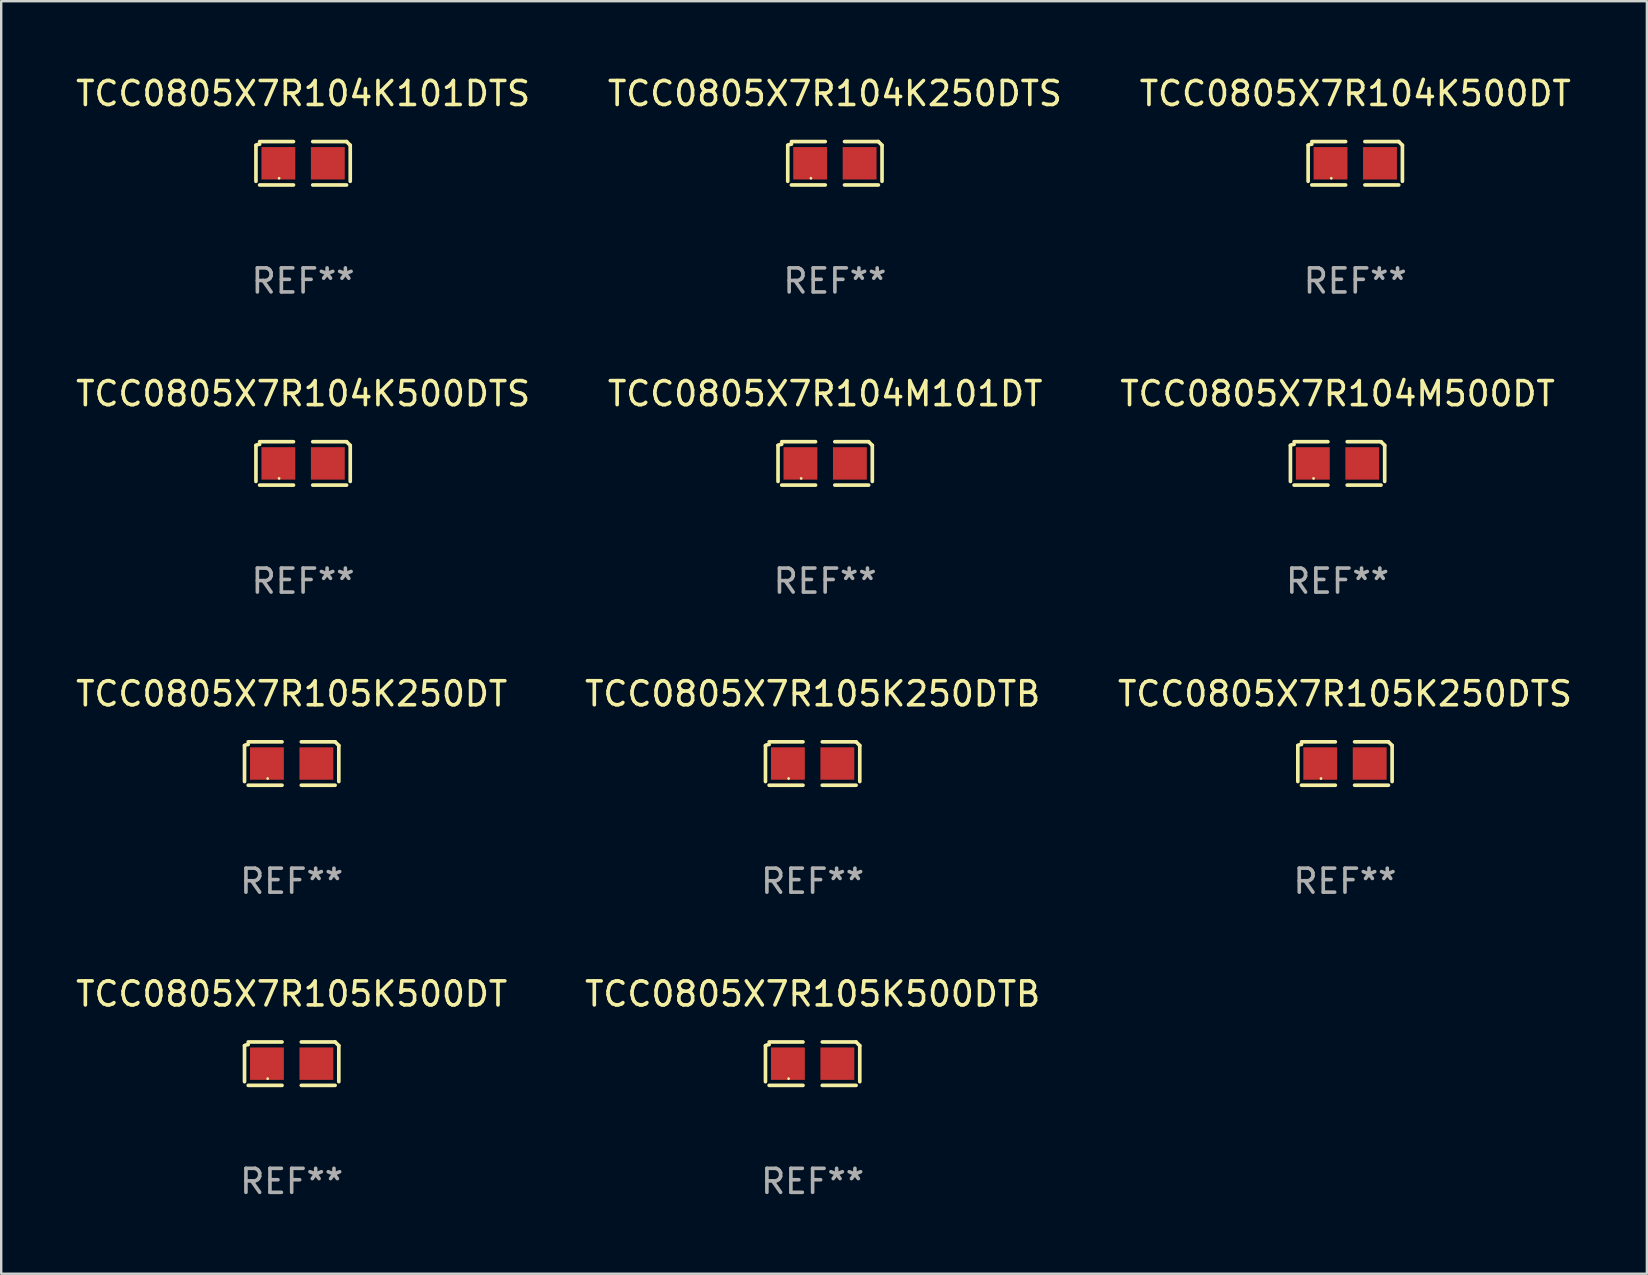
<source format=kicad_pcb>
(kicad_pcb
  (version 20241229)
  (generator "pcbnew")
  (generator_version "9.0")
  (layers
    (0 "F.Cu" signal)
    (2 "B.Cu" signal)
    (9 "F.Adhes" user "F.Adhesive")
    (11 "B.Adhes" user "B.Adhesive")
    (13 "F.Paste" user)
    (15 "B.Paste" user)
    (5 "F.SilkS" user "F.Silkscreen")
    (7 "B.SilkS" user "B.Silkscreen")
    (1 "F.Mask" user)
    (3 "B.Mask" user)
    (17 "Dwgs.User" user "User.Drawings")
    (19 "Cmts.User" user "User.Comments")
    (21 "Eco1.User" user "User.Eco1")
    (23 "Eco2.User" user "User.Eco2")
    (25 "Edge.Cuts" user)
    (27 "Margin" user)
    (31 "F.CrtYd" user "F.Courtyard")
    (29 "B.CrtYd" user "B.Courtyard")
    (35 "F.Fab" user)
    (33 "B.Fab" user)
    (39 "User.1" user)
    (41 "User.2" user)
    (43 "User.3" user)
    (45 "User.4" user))
  (footprint "TCC0805X7R105K250DTS"
    (layer "F.Cu")
    (at 52.982 28.759)
    (property "Reference" "TCC0805X7R105K250DTS" (at 0 -2.904 0) (layer "F.SilkS") (effects (font (size 1 1) (thickness 0.15))))
    (attr through_hole)
    (fp_line (start -1.964 0.751) (end -1.964 -0.751) (stroke (width 0.152) (type solid)) (layer "F.SilkS"))
    (fp_line (start -1.811 -0.904) (end -0.401 -0.904) (stroke (width 0.152) (type solid)) (layer "F.SilkS"))
    (fp_line (start -0.401 0.904) (end -1.811 0.904) (stroke (width 0.152) (type solid)) (layer "F.SilkS"))
    (fp_line (start 0.401 0.904) (end 1.811 0.904) (stroke (width 0.152) (type solid)) (layer "F.SilkS"))
    (fp_line (start 1.811 -0.904) (end 0.401 -0.904) (stroke (width 0.152) (type solid)) (layer "F.SilkS"))
    (fp_line (start 1.964 0.751) (end 1.964 -0.751) (stroke (width 0.152) (type solid)) (layer "F.SilkS"))
    (fp_arc (start -1.963602 -0.751207) (mid -1.890354 -0.783131) (end -1.811201 -0.794044) (stroke (width 0.1524) (type solid)) (layer "F.SilkS"))
    (fp_arc (start 1.811202 -0.903607) (mid 1.887413 -0.827418) (end 1.963602 -0.751207) (stroke (width 0.1524) (type solid)) (layer "F.SilkS"))
    (fp_circle (center -1 0.625) (end -0.97 0.625) (stroke (width 0.06) (type solid)) (fill no) (layer "F.SilkS"))
    (fp_text user "REF**" (at 0 4.904 0) (layer "F.Fab") (effects (font (size 1 1) (thickness 0.15))))
    (pad "1" smd rect (at -1.03 0) (size 1.41 1.35) (layers "F.Cu" "F.Mask" "F.Paste"))
    (pad "2" smd rect (at 1.03 0) (size 1.41 1.35) (layers "F.Cu" "F.Mask" "F.Paste")))
  (footprint "TCC0805X7R105K250DT"
    (layer "F.Cu")
    (at 9.101 28.759)
    (property "Reference" "TCC0805X7R105K250DT" (at 0 -2.904 0) (layer "F.SilkS") (effects (font (size 1 1) (thickness 0.15))))
    (attr through_hole)
    (fp_line (start -1.964 0.751) (end -1.964 -0.751) (stroke (width 0.152) (type solid)) (layer "F.SilkS"))
    (fp_line (start -1.811 -0.904) (end -0.401 -0.904) (stroke (width 0.152) (type solid)) (layer "F.SilkS"))
    (fp_line (start -0.401 0.904) (end -1.811 0.904) (stroke (width 0.152) (type solid)) (layer "F.SilkS"))
    (fp_line (start 0.401 0.904) (end 1.811 0.904) (stroke (width 0.152) (type solid)) (layer "F.SilkS"))
    (fp_line (start 1.811 -0.904) (end 0.401 -0.904) (stroke (width 0.152) (type solid)) (layer "F.SilkS"))
    (fp_line (start 1.964 0.751) (end 1.964 -0.751) (stroke (width 0.152) (type solid)) (layer "F.SilkS"))
    (fp_arc (start -1.963602 -0.751207) (mid -1.890354 -0.783131) (end -1.811201 -0.794044) (stroke (width 0.1524) (type solid)) (layer "F.SilkS"))
    (fp_arc (start 1.811202 -0.903607) (mid 1.887413 -0.827418) (end 1.963602 -0.751207) (stroke (width 0.1524) (type solid)) (layer "F.SilkS"))
    (fp_circle (center -1 0.625) (end -0.97 0.625) (stroke (width 0.06) (type solid)) (fill no) (layer "F.SilkS"))
    (fp_text user "REF**" (at 0 4.904 0) (layer "F.Fab") (effects (font (size 1 1) (thickness 0.15))))
    (pad "1" smd rect (at -1.03 0) (size 1.41 1.35) (layers "F.Cu" "F.Mask" "F.Paste"))
    (pad "2" smd rect (at 1.03 0) (size 1.41 1.35) (layers "F.Cu" "F.Mask" "F.Paste")))
  (footprint "TCC0805X7R104K250DTS"
    (layer "F.Cu")
    (at 31.732 3.752)
    (property "Reference" "TCC0805X7R104K250DTS" (at 0 -2.904 0) (layer "F.SilkS") (effects (font (size 1 1) (thickness 0.15))))
    (attr through_hole)
    (fp_line (start -1.964 0.751) (end -1.964 -0.751) (stroke (width 0.152) (type solid)) (layer "F.SilkS"))
    (fp_line (start -1.811 -0.904) (end -0.401 -0.904) (stroke (width 0.152) (type solid)) (layer "F.SilkS"))
    (fp_line (start -0.401 0.904) (end -1.811 0.904) (stroke (width 0.152) (type solid)) (layer "F.SilkS"))
    (fp_line (start 0.401 0.904) (end 1.811 0.904) (stroke (width 0.152) (type solid)) (layer "F.SilkS"))
    (fp_line (start 1.811 -0.904) (end 0.401 -0.904) (stroke (width 0.152) (type solid)) (layer "F.SilkS"))
    (fp_line (start 1.964 0.751) (end 1.964 -0.751) (stroke (width 0.152) (type solid)) (layer "F.SilkS"))
    (fp_arc (start -1.963602 -0.751207) (mid -1.890354 -0.783131) (end -1.811201 -0.794044) (stroke (width 0.1524) (type solid)) (layer "F.SilkS"))
    (fp_arc (start 1.811202 -0.903607) (mid 1.887413 -0.827418) (end 1.963602 -0.751207) (stroke (width 0.1524) (type solid)) (layer "F.SilkS"))
    (fp_circle (center -1 0.625) (end -0.97 0.625) (stroke (width 0.06) (type solid)) (fill no) (layer "F.SilkS"))
    (fp_text user "REF**" (at 0 4.904 0) (layer "F.Fab") (effects (font (size 1 1) (thickness 0.15))))
    (pad "1" smd rect (at -1.03 0) (size 1.41 1.35) (layers "F.Cu" "F.Mask" "F.Paste"))
    (pad "2" smd rect (at 1.03 0) (size 1.41 1.35) (layers "F.Cu" "F.Mask" "F.Paste")))
  (footprint "TCC0805X7R104M101DT"
    (layer "F.Cu")
    (at 31.327 16.256)
    (property "Reference" "TCC0805X7R104M101DT" (at 0 -2.904 0) (layer "F.SilkS") (effects (font (size 1 1) (thickness 0.15))))
    (attr through_hole)
    (fp_line (start -1.964 0.751) (end -1.964 -0.751) (stroke (width 0.152) (type solid)) (layer "F.SilkS"))
    (fp_line (start -1.811 -0.904) (end -0.401 -0.904) (stroke (width 0.152) (type solid)) (layer "F.SilkS"))
    (fp_line (start -0.401 0.904) (end -1.811 0.904) (stroke (width 0.152) (type solid)) (layer "F.SilkS"))
    (fp_line (start 0.401 0.904) (end 1.811 0.904) (stroke (width 0.152) (type solid)) (layer "F.SilkS"))
    (fp_line (start 1.811 -0.904) (end 0.401 -0.904) (stroke (width 0.152) (type solid)) (layer "F.SilkS"))
    (fp_line (start 1.964 0.751) (end 1.964 -0.751) (stroke (width 0.152) (type solid)) (layer "F.SilkS"))
    (fp_arc (start -1.963602 -0.751207) (mid -1.890354 -0.783131) (end -1.811201 -0.794044) (stroke (width 0.1524) (type solid)) (layer "F.SilkS"))
    (fp_arc (start 1.811202 -0.903607) (mid 1.887413 -0.827418) (end 1.963602 -0.751207) (stroke (width 0.1524) (type solid)) (layer "F.SilkS"))
    (fp_circle (center -1 0.625) (end -0.97 0.625) (stroke (width 0.06) (type solid)) (fill no) (layer "F.SilkS"))
    (fp_text user "REF**" (at 0 4.904 0) (layer "F.Fab") (effects (font (size 1 1) (thickness 0.15))))
    (pad "1" smd rect (at -1.03 0) (size 1.41 1.35) (layers "F.Cu" "F.Mask" "F.Paste"))
    (pad "2" smd rect (at 1.03 0) (size 1.41 1.35) (layers "F.Cu" "F.Mask" "F.Paste")))
  (footprint "TCC0805X7R105K500DTB"
    (layer "F.Cu")
    (at 30.804 41.263)
    (property "Reference" "TCC0805X7R105K500DTB" (at 0 -2.904 0) (layer "F.SilkS") (effects (font (size 1 1) (thickness 0.15))))
    (attr through_hole)
    (fp_line (start -1.964 0.751) (end -1.964 -0.751) (stroke (width 0.152) (type solid)) (layer "F.SilkS"))
    (fp_line (start -1.811 -0.904) (end -0.401 -0.904) (stroke (width 0.152) (type solid)) (layer "F.SilkS"))
    (fp_line (start -0.401 0.904) (end -1.811 0.904) (stroke (width 0.152) (type solid)) (layer "F.SilkS"))
    (fp_line (start 0.401 0.904) (end 1.811 0.904) (stroke (width 0.152) (type solid)) (layer "F.SilkS"))
    (fp_line (start 1.811 -0.904) (end 0.401 -0.904) (stroke (width 0.152) (type solid)) (layer "F.SilkS"))
    (fp_line (start 1.964 0.751) (end 1.964 -0.751) (stroke (width 0.152) (type solid)) (layer "F.SilkS"))
    (fp_arc (start -1.963602 -0.751207) (mid -1.890354 -0.783131) (end -1.811201 -0.794044) (stroke (width 0.1524) (type solid)) (layer "F.SilkS"))
    (fp_arc (start 1.811202 -0.903607) (mid 1.887413 -0.827418) (end 1.963602 -0.751207) (stroke (width 0.1524) (type solid)) (layer "F.SilkS"))
    (fp_circle (center -1 0.625) (end -0.97 0.625) (stroke (width 0.06) (type solid)) (fill no) (layer "F.SilkS"))
    (fp_text user "REF**" (at 0 4.904 0) (layer "F.Fab") (effects (font (size 1 1) (thickness 0.15))))
    (pad "1" smd rect (at -1.03 0) (size 1.41 1.35) (layers "F.Cu" "F.Mask" "F.Paste"))
    (pad "2" smd rect (at 1.03 0) (size 1.41 1.35) (layers "F.Cu" "F.Mask" "F.Paste")))
  (footprint "TCC0805X7R104K500DT"
    (layer "F.Cu")
    (at 53.411 3.752)
    (property "Reference" "TCC0805X7R104K500DT" (at 0 -2.904 0) (layer "F.SilkS") (effects (font (size 1 1) (thickness 0.15))))
    (attr through_hole)
    (fp_line (start -1.964 0.751) (end -1.964 -0.751) (stroke (width 0.152) (type solid)) (layer "F.SilkS"))
    (fp_line (start -1.811 -0.904) (end -0.401 -0.904) (stroke (width 0.152) (type solid)) (layer "F.SilkS"))
    (fp_line (start -0.401 0.904) (end -1.811 0.904) (stroke (width 0.152) (type solid)) (layer "F.SilkS"))
    (fp_line (start 0.401 0.904) (end 1.811 0.904) (stroke (width 0.152) (type solid)) (layer "F.SilkS"))
    (fp_line (start 1.811 -0.904) (end 0.401 -0.904) (stroke (width 0.152) (type solid)) (layer "F.SilkS"))
    (fp_line (start 1.964 0.751) (end 1.964 -0.751) (stroke (width 0.152) (type solid)) (layer "F.SilkS"))
    (fp_arc (start -1.963602 -0.751207) (mid -1.890354 -0.783131) (end -1.811201 -0.794044) (stroke (width 0.1524) (type solid)) (layer "F.SilkS"))
    (fp_arc (start 1.811202 -0.903607) (mid 1.887413 -0.827418) (end 1.963602 -0.751207) (stroke (width 0.1524) (type solid)) (layer "F.SilkS"))
    (fp_circle (center -1 0.625) (end -0.97 0.625) (stroke (width 0.06) (type solid)) (fill no) (layer "F.SilkS"))
    (fp_text user "REF**" (at 0 4.904 0) (layer "F.Fab") (effects (font (size 1 1) (thickness 0.15))))
    (pad "1" smd rect (at -1.03 0) (size 1.41 1.35) (layers "F.Cu" "F.Mask" "F.Paste"))
    (pad "2" smd rect (at 1.03 0) (size 1.41 1.35) (layers "F.Cu" "F.Mask" "F.Paste")))
  (footprint "TCC0805X7R105K250DTB"
    (layer "F.Cu")
    (at 30.804 28.759)
    (property "Reference" "TCC0805X7R105K250DTB" (at 0 -2.904 0) (layer "F.SilkS") (effects (font (size 1 1) (thickness 0.15))))
    (attr through_hole)
    (fp_line (start -1.964 0.751) (end -1.964 -0.751) (stroke (width 0.152) (type solid)) (layer "F.SilkS"))
    (fp_line (start -1.811 -0.904) (end -0.401 -0.904) (stroke (width 0.152) (type solid)) (layer "F.SilkS"))
    (fp_line (start -0.401 0.904) (end -1.811 0.904) (stroke (width 0.152) (type solid)) (layer "F.SilkS"))
    (fp_line (start 0.401 0.904) (end 1.811 0.904) (stroke (width 0.152) (type solid)) (layer "F.SilkS"))
    (fp_line (start 1.811 -0.904) (end 0.401 -0.904) (stroke (width 0.152) (type solid)) (layer "F.SilkS"))
    (fp_line (start 1.964 0.751) (end 1.964 -0.751) (stroke (width 0.152) (type solid)) (layer "F.SilkS"))
    (fp_arc (start -1.963602 -0.751207) (mid -1.890354 -0.783131) (end -1.811201 -0.794044) (stroke (width 0.1524) (type solid)) (layer "F.SilkS"))
    (fp_arc (start 1.811202 -0.903607) (mid 1.887413 -0.827418) (end 1.963602 -0.751207) (stroke (width 0.1524) (type solid)) (layer "F.SilkS"))
    (fp_circle (center -1 0.625) (end -0.97 0.625) (stroke (width 0.06) (type solid)) (fill no) (layer "F.SilkS"))
    (fp_text user "REF**" (at 0 4.904 0) (layer "F.Fab") (effects (font (size 1 1) (thickness 0.15))))
    (pad "1" smd rect (at -1.03 0) (size 1.41 1.35) (layers "F.Cu" "F.Mask" "F.Paste"))
    (pad "2" smd rect (at 1.03 0) (size 1.41 1.35) (layers "F.Cu" "F.Mask" "F.Paste")))
  (footprint "TCC0805X7R104M500DT"
    (layer "F.Cu")
    (at 52.673 16.256)
    (property "Reference" "TCC0805X7R104M500DT" (at 0 -2.904 0) (layer "F.SilkS") (effects (font (size 1 1) (thickness 0.15))))
    (attr through_hole)
    (fp_line (start -1.964 0.751) (end -1.964 -0.751) (stroke (width 0.152) (type solid)) (layer "F.SilkS"))
    (fp_line (start -1.811 -0.904) (end -0.401 -0.904) (stroke (width 0.152) (type solid)) (layer "F.SilkS"))
    (fp_line (start -0.401 0.904) (end -1.811 0.904) (stroke (width 0.152) (type solid)) (layer "F.SilkS"))
    (fp_line (start 0.401 0.904) (end 1.811 0.904) (stroke (width 0.152) (type solid)) (layer "F.SilkS"))
    (fp_line (start 1.811 -0.904) (end 0.401 -0.904) (stroke (width 0.152) (type solid)) (layer "F.SilkS"))
    (fp_line (start 1.964 0.751) (end 1.964 -0.751) (stroke (width 0.152) (type solid)) (layer "F.SilkS"))
    (fp_arc (start -1.963602 -0.751207) (mid -1.890354 -0.783131) (end -1.811201 -0.794044) (stroke (width 0.1524) (type solid)) (layer "F.SilkS"))
    (fp_arc (start 1.811202 -0.903607) (mid 1.887413 -0.827418) (end 1.963602 -0.751207) (stroke (width 0.1524) (type solid)) (layer "F.SilkS"))
    (fp_circle (center -1 0.625) (end -0.97 0.625) (stroke (width 0.06) (type solid)) (fill no) (layer "F.SilkS"))
    (fp_text user "REF**" (at 0 4.904 0) (layer "F.Fab") (effects (font (size 1 1) (thickness 0.15))))
    (pad "1" smd rect (at -1.03 0) (size 1.41 1.35) (layers "F.Cu" "F.Mask" "F.Paste"))
    (pad "2" smd rect (at 1.03 0) (size 1.41 1.35) (layers "F.Cu" "F.Mask" "F.Paste")))
  (footprint "TCC0805X7R105K500DT"
    (layer "F.Cu")
    (at 9.101 41.263)
    (property "Reference" "TCC0805X7R105K500DT" (at 0 -2.904 0) (layer "F.SilkS") (effects (font (size 1 1) (thickness 0.15))))
    (attr through_hole)
    (fp_line (start -1.964 0.751) (end -1.964 -0.751) (stroke (width 0.152) (type solid)) (layer "F.SilkS"))
    (fp_line (start -1.811 -0.904) (end -0.401 -0.904) (stroke (width 0.152) (type solid)) (layer "F.SilkS"))
    (fp_line (start -0.401 0.904) (end -1.811 0.904) (stroke (width 0.152) (type solid)) (layer "F.SilkS"))
    (fp_line (start 0.401 0.904) (end 1.811 0.904) (stroke (width 0.152) (type solid)) (layer "F.SilkS"))
    (fp_line (start 1.811 -0.904) (end 0.401 -0.904) (stroke (width 0.152) (type solid)) (layer "F.SilkS"))
    (fp_line (start 1.964 0.751) (end 1.964 -0.751) (stroke (width 0.152) (type solid)) (layer "F.SilkS"))
    (fp_arc (start -1.963602 -0.751207) (mid -1.890354 -0.783131) (end -1.811201 -0.794044) (stroke (width 0.1524) (type solid)) (layer "F.SilkS"))
    (fp_arc (start 1.811202 -0.903607) (mid 1.887413 -0.827418) (end 1.963602 -0.751207) (stroke (width 0.1524) (type solid)) (layer "F.SilkS"))
    (fp_circle (center -1 0.625) (end -0.97 0.625) (stroke (width 0.06) (type solid)) (fill no) (layer "F.SilkS"))
    (fp_text user "REF**" (at 0 4.904 0) (layer "F.Fab") (effects (font (size 1 1) (thickness 0.15))))
    (pad "1" smd rect (at -1.03 0) (size 1.41 1.35) (layers "F.Cu" "F.Mask" "F.Paste"))
    (pad "2" smd rect (at 1.03 0) (size 1.41 1.35) (layers "F.Cu" "F.Mask" "F.Paste")))
  (footprint "TCC0805X7R104K500DTS"
    (layer "F.Cu")
    (at 9.577 16.256)
    (property "Reference" "TCC0805X7R104K500DTS" (at 0 -2.904 0) (layer "F.SilkS") (effects (font (size 1 1) (thickness 0.15))))
    (attr through_hole)
    (fp_line (start -1.964 0.751) (end -1.964 -0.751) (stroke (width 0.152) (type solid)) (layer "F.SilkS"))
    (fp_line (start -1.811 -0.904) (end -0.401 -0.904) (stroke (width 0.152) (type solid)) (layer "F.SilkS"))
    (fp_line (start -0.401 0.904) (end -1.811 0.904) (stroke (width 0.152) (type solid)) (layer "F.SilkS"))
    (fp_line (start 0.401 0.904) (end 1.811 0.904) (stroke (width 0.152) (type solid)) (layer "F.SilkS"))
    (fp_line (start 1.811 -0.904) (end 0.401 -0.904) (stroke (width 0.152) (type solid)) (layer "F.SilkS"))
    (fp_line (start 1.964 0.751) (end 1.964 -0.751) (stroke (width 0.152) (type solid)) (layer "F.SilkS"))
    (fp_arc (start -1.963602 -0.751207) (mid -1.890354 -0.783131) (end -1.811201 -0.794044) (stroke (width 0.1524) (type solid)) (layer "F.SilkS"))
    (fp_arc (start 1.811202 -0.903607) (mid 1.887413 -0.827418) (end 1.963602 -0.751207) (stroke (width 0.1524) (type solid)) (layer "F.SilkS"))
    (fp_circle (center -1 0.625) (end -0.97 0.625) (stroke (width 0.06) (type solid)) (fill no) (layer "F.SilkS"))
    (fp_text user "REF**" (at 0 4.904 0) (layer "F.Fab") (effects (font (size 1 1) (thickness 0.15))))
    (pad "1" smd rect (at -1.03 0) (size 1.41 1.35) (layers "F.Cu" "F.Mask" "F.Paste"))
    (pad "2" smd rect (at 1.03 0) (size 1.41 1.35) (layers "F.Cu" "F.Mask" "F.Paste")))
  (footprint "TCC0805X7R104K101DTS"
    (layer "F.Cu")
    (at 9.577 3.752)
    (property "Reference" "TCC0805X7R104K101DTS" (at 0 -2.904 0) (layer "F.SilkS") (effects (font (size 1 1) (thickness 0.15))))
    (attr through_hole)
    (fp_line (start -1.964 0.751) (end -1.964 -0.751) (stroke (width 0.152) (type solid)) (layer "F.SilkS"))
    (fp_line (start -1.811 -0.904) (end -0.401 -0.904) (stroke (width 0.152) (type solid)) (layer "F.SilkS"))
    (fp_line (start -0.401 0.904) (end -1.811 0.904) (stroke (width 0.152) (type solid)) (layer "F.SilkS"))
    (fp_line (start 0.401 0.904) (end 1.811 0.904) (stroke (width 0.152) (type solid)) (layer "F.SilkS"))
    (fp_line (start 1.811 -0.904) (end 0.401 -0.904) (stroke (width 0.152) (type solid)) (layer "F.SilkS"))
    (fp_line (start 1.964 0.751) (end 1.964 -0.751) (stroke (width 0.152) (type solid)) (layer "F.SilkS"))
    (fp_arc (start -1.963602 -0.751207) (mid -1.890354 -0.783131) (end -1.811201 -0.794044) (stroke (width 0.1524) (type solid)) (layer "F.SilkS"))
    (fp_arc (start 1.811202 -0.903607) (mid 1.887413 -0.827418) (end 1.963602 -0.751207) (stroke (width 0.1524) (type solid)) (layer "F.SilkS"))
    (fp_circle (center -1 0.625) (end -0.97 0.625) (stroke (width 0.06) (type solid)) (fill no) (layer "F.SilkS"))
    (fp_text user "REF**" (at 0 4.904 0) (layer "F.Fab") (effects (font (size 1 1) (thickness 0.15))))
    (pad "1" smd rect (at -1.03 0) (size 1.41 1.35) (layers "F.Cu" "F.Mask" "F.Paste"))
    (pad "2" smd rect (at 1.03 0) (size 1.41 1.35) (layers "F.Cu" "F.Mask" "F.Paste")))
  (gr_rect
    (start -3 -3)
    (end 65.56 50.015)
    (stroke (width 0.1) (type default))
    (fill no)
    (layer "Edge.Cuts")))
</source>
